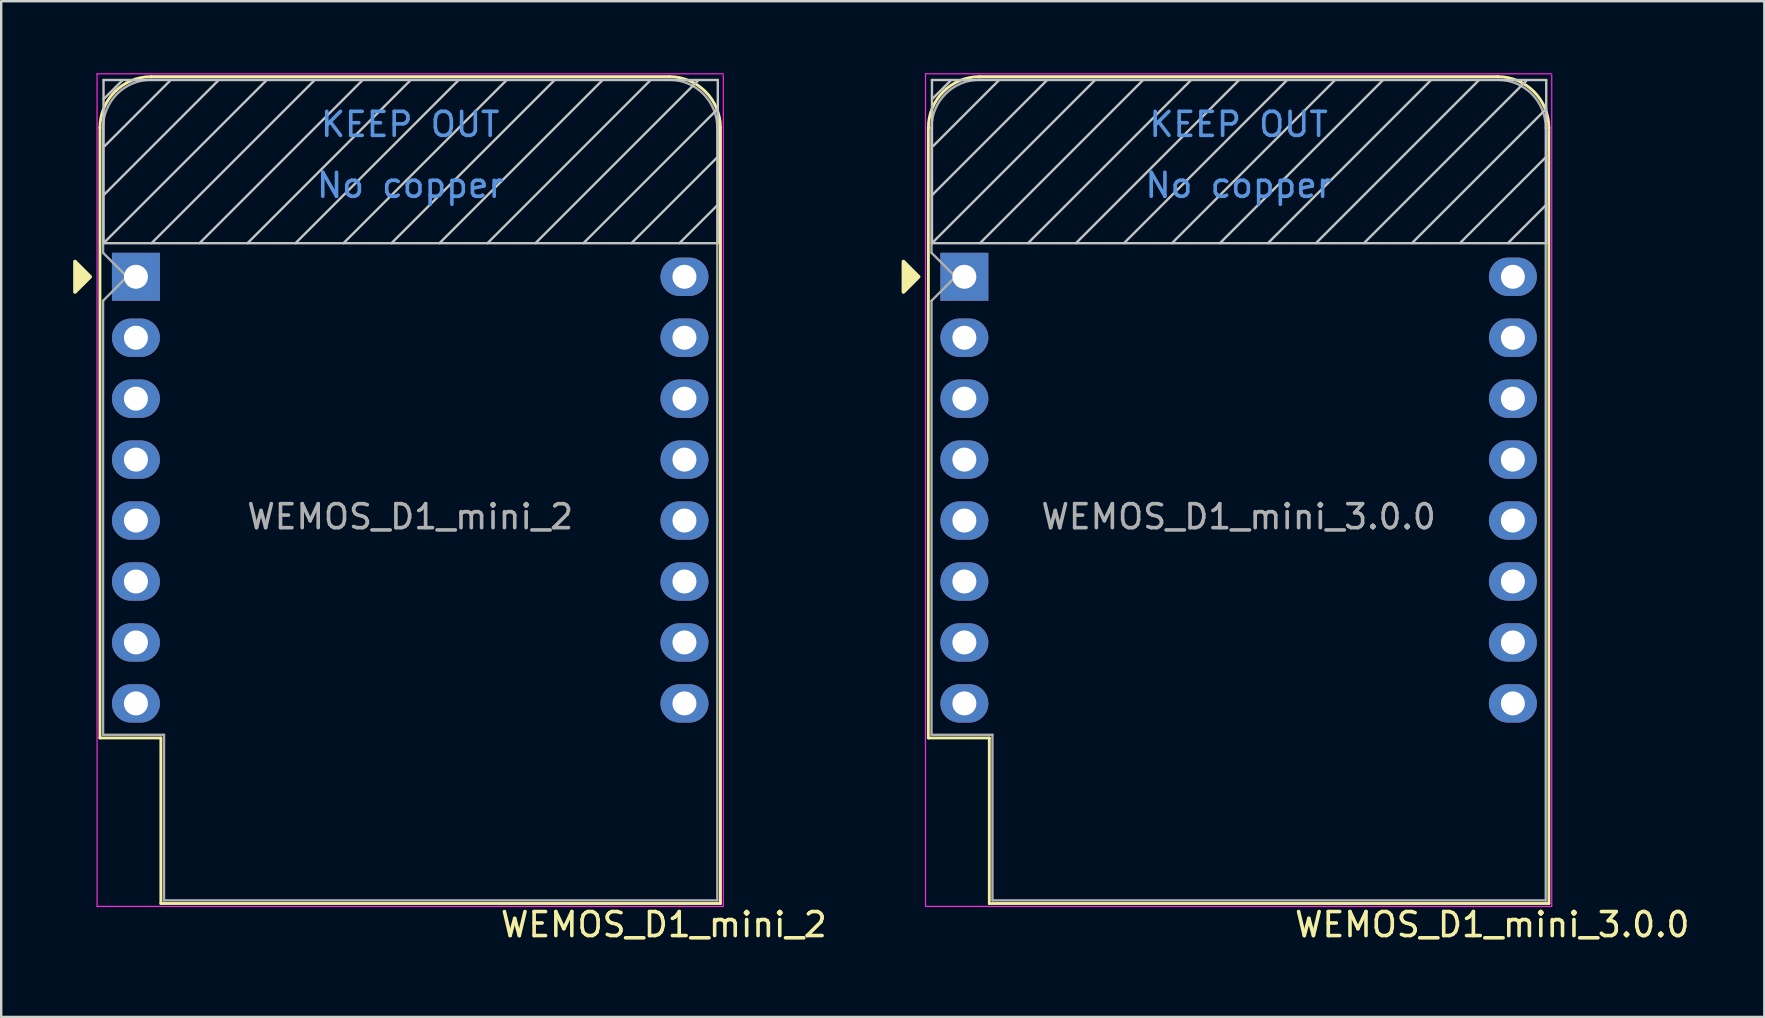
<source format=kicad_pcb>
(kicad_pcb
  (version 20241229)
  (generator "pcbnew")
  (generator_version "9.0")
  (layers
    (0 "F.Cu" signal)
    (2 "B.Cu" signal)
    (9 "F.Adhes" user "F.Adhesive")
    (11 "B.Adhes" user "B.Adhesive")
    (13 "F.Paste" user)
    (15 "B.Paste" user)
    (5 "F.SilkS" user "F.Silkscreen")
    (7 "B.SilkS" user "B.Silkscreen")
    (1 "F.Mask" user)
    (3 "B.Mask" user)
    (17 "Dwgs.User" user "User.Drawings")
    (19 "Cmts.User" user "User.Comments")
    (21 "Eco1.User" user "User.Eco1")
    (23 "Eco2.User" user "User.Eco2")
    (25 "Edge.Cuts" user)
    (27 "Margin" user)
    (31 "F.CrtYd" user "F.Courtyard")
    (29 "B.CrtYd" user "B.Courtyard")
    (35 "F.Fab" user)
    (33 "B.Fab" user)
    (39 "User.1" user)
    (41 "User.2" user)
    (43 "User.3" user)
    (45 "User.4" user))
  (footprint "WEMOS_D1_mini_3.0.0"
    (layer "F.Cu")
    (at 37.141 8.485)
    (property "Reference" "WEMOS_D1_mini_3.0.0" (at 22 27 0) (layer "F.SilkS") (effects (font (size 1 1) (thickness 0.15))))
    (attr through_hole)
    (fp_line (start -1.5 19.22) (end -1.5 -6.21) (stroke (width 0.12) (type solid)) (layer "F.SilkS"))
    (fp_line (start -1.5 19.22) (end 1.04 19.22) (stroke (width 0.12) (type solid)) (layer "F.SilkS"))
    (fp_line (start 1.04 19.22) (end 1.04 26.12) (stroke (width 0.12) (type solid)) (layer "F.SilkS"))
    (fp_line (start 1.04 26.12) (end 24.36 26.12) (stroke (width 0.12) (type solid)) (layer "F.SilkS"))
    (fp_line (start 22.24 -8.34) (end 0.63 -8.34) (stroke (width 0.12) (type solid)) (layer "F.SilkS"))
    (fp_line (start 24.36 26.12) (end 24.36 -6.21) (stroke (width 0.12) (type solid)) (layer "F.SilkS"))
    (fp_arc (start -1.5 -6.21) (mid -0.876137 -7.716137) (end 0.63 -8.34) (stroke (width 0.12) (type solid)) (layer "F.SilkS"))
    (fp_arc (start 22.23 -8.34) (mid 23.736137 -7.716137) (end 24.36 -6.21) (stroke (width 0.12) (type solid)) (layer "F.SilkS"))
    (fp_poly (pts (xy -2.54 -0.635) (xy -2.54 0.635) (xy -1.905 0)) (stroke (width 0.15) (type solid)) (fill yes) (layer "F.SilkS"))
    (fp_line (start -1.35 -8.2) (end -1.35 -1.4) (stroke (width 0.1) (type solid)) (layer "Dwgs.User"))
    (fp_line (start -1.35 -7.4) (end -0.55 -8.2) (stroke (width 0.1) (type solid)) (layer "Dwgs.User"))
    (fp_line (start -1.35 -3.4) (end 3.45 -8.2) (stroke (width 0.1) (type solid)) (layer "Dwgs.User"))
    (fp_line (start -1.35 -1.4) (end 5.45 -8.2) (stroke (width 0.1) (type solid)) (layer "Dwgs.User"))
    (fp_line (start -1.35 -1.4) (end 24.25 -1.4) (stroke (width 0.1) (type solid)) (layer "Dwgs.User"))
    (fp_line (start -1.3 -5.45) (end 1.45 -8.2) (stroke (width 0.1) (type solid)) (layer "Dwgs.User"))
    (fp_line (start 0.65 -1.4) (end 7.45 -8.2) (stroke (width 0.1) (type solid)) (layer "Dwgs.User"))
    (fp_line (start 2.65 -1.4) (end 9.45 -8.2) (stroke (width 0.1) (type solid)) (layer "Dwgs.User"))
    (fp_line (start 4.65 -1.4) (end 11.45 -8.2) (stroke (width 0.1) (type solid)) (layer "Dwgs.User"))
    (fp_line (start 6.65 -1.4) (end 13.45 -8.2) (stroke (width 0.1) (type solid)) (layer "Dwgs.User"))
    (fp_line (start 8.65 -1.4) (end 15.45 -8.2) (stroke (width 0.1) (type solid)) (layer "Dwgs.User"))
    (fp_line (start 10.65 -1.4) (end 17.45 -8.2) (stroke (width 0.1) (type solid)) (layer "Dwgs.User"))
    (fp_line (start 12.65 -1.4) (end 19.45 -8.2) (stroke (width 0.1) (type solid)) (layer "Dwgs.User"))
    (fp_line (start 14.65 -1.4) (end 21.45 -8.2) (stroke (width 0.1) (type solid)) (layer "Dwgs.User"))
    (fp_line (start 16.65 -1.4) (end 23.45 -8.2) (stroke (width 0.1) (type solid)) (layer "Dwgs.User"))
    (fp_line (start 18.65 -1.4) (end 24.25 -7) (stroke (width 0.1) (type solid)) (layer "Dwgs.User"))
    (fp_line (start 20.65 -1.4) (end 24.25 -5) (stroke (width 0.1) (type solid)) (layer "Dwgs.User"))
    (fp_line (start 22.65 -1.4) (end 24.25 -3) (stroke (width 0.1) (type solid)) (layer "Dwgs.User"))
    (fp_line (start 24.25 -8.2) (end -1.35 -8.2) (stroke (width 0.1) (type solid)) (layer "Dwgs.User"))
    (fp_line (start 24.25 -1.4) (end 24.25 -8.2) (stroke (width 0.1) (type solid)) (layer "Dwgs.User"))
    (fp_line (start -1.62 -8.46) (end 24.48 -8.46) (stroke (width 0.05) (type solid)) (layer "F.CrtYd"))
    (fp_line (start -1.62 26.24) (end -1.62 -8.46) (stroke (width 0.05) (type solid)) (layer "F.CrtYd"))
    (fp_line (start 24.48 -8.41) (end 24.48 26.24) (stroke (width 0.05) (type solid)) (layer "F.CrtYd"))
    (fp_line (start 24.48 26.24) (end -1.62 26.24) (stroke (width 0.05) (type solid)) (layer "F.CrtYd"))
    (fp_line (start -1.37 -6.21) (end -1.37 -1) (stroke (width 0.1) (type solid)) (layer "F.Fab"))
    (fp_line (start -1.37 1) (end -1.37 19.09) (stroke (width 0.1) (type solid)) (layer "F.Fab"))
    (fp_line (start -1.37 1) (end -0.37 0) (stroke (width 0.1) (type solid)) (layer "F.Fab"))
    (fp_line (start -1.37 19.09) (end 1.17 19.09) (stroke (width 0.1) (type solid)) (layer "F.Fab"))
    (fp_line (start -0.37 0) (end -1.37 -1) (stroke (width 0.1) (type solid)) (layer "F.Fab"))
    (fp_line (start 1.17 19.09) (end 1.17 25.99) (stroke (width 0.1) (type solid)) (layer "F.Fab"))
    (fp_line (start 1.17 25.99) (end 24.23 25.99) (stroke (width 0.1) (type solid)) (layer "F.Fab"))
    (fp_line (start 22.23 -8.21) (end 0.63 -8.21) (stroke (width 0.1) (type solid)) (layer "F.Fab"))
    (fp_line (start 24.23 25.99) (end 24.23 -6.21) (stroke (width 0.1) (type solid)) (layer "F.Fab"))
    (fp_arc (start -1.37 -6.21) (mid -0.784214 -7.624214) (end 0.63 -8.21) (stroke (width 0.1) (type solid)) (layer "F.Fab"))
    (fp_arc (start 22.25 -8.21) (mid 23.658356 -7.610071) (end 24.23 -6.19) (stroke (width 0.1) (type solid)) (layer "F.Fab"))
    (fp_text user "KEEP OUT" (at 11.43 -6.35 0) (layer "Cmts.User") (effects (font (size 1 1) (thickness 0.15))))
    (fp_text user "No copper" (at 11.43 -3.81 0) (layer "Cmts.User") (effects (font (size 1 1) (thickness 0.15))))
    (fp_text user "${REFERENCE}" (at 11.43 10 0) (layer "F.Fab") (effects (font (size 1 1) (thickness 0.15))))
    (pad "1" thru_hole rect (at 0 0) (size 2 2) (drill 1) (layers "*.Cu" "*.Mask"))
    (pad "2" thru_hole oval (at 0 2.54) (size 2 1.6) (drill 1) (layers "*.Cu" "*.Mask"))
    (pad "3" thru_hole oval (at 0 5.08) (size 2 1.6) (drill 1) (layers "*.Cu" "*.Mask"))
    (pad "4" thru_hole oval (at 0 7.62) (size 2 1.6) (drill 1) (layers "*.Cu" "*.Mask"))
    (pad "5" thru_hole oval (at 0 10.16) (size 2 1.6) (drill 1) (layers "*.Cu" "*.Mask"))
    (pad "6" thru_hole oval (at 0 12.7) (size 2 1.6) (drill 1) (layers "*.Cu" "*.Mask"))
    (pad "7" thru_hole oval (at 0 15.24) (size 2 1.6) (drill 1) (layers "*.Cu" "*.Mask"))
    (pad "8" thru_hole oval (at 0 17.78) (size 2 1.6) (drill 1) (layers "*.Cu" "*.Mask"))
    (pad "9" thru_hole oval (at 22.86 17.78) (size 2 1.6) (drill 1) (layers "*.Cu" "*.Mask"))
    (pad "10" thru_hole oval (at 22.86 15.24) (size 2 1.6) (drill 1) (layers "*.Cu" "*.Mask"))
    (pad "11" thru_hole oval (at 22.86 12.7) (size 2 1.6) (drill 1) (layers "*.Cu" "*.Mask"))
    (pad "12" thru_hole oval (at 22.86 10.16) (size 2 1.6) (drill 1) (layers "*.Cu" "*.Mask"))
    (pad "13" thru_hole oval (at 22.86 7.62) (size 2 1.6) (drill 1) (layers "*.Cu" "*.Mask"))
    (pad "14" thru_hole oval (at 22.86 5.08) (size 2 1.6) (drill 1) (layers "*.Cu" "*.Mask"))
    (pad "15" thru_hole oval (at 22.86 2.54) (size 2 1.6) (drill 1) (layers "*.Cu" "*.Mask"))
    (pad "16" thru_hole oval (at 22.86 0) (size 2 1.6) (drill 1) (layers "*.Cu" "*.Mask")))
  (footprint "WEMOS_D1_mini_2"
    (layer "F.Cu")
    (at 2.615 8.485)
    (property "Reference" "WEMOS_D1_mini_2" (at 22 27 0) (layer "F.SilkS") (effects (font (size 1 1) (thickness 0.15))))
    (attr through_hole)
    (fp_line (start -1.5 19.22) (end -1.5 -6.21) (stroke (width 0.12) (type solid)) (layer "F.SilkS"))
    (fp_line (start -1.5 19.22) (end 1.04 19.22) (stroke (width 0.12) (type solid)) (layer "F.SilkS"))
    (fp_line (start 1.04 19.22) (end 1.04 26.12) (stroke (width 0.12) (type solid)) (layer "F.SilkS"))
    (fp_line (start 1.04 26.12) (end 24.36 26.12) (stroke (width 0.12) (type solid)) (layer "F.SilkS"))
    (fp_line (start 22.24 -8.34) (end 0.63 -8.34) (stroke (width 0.12) (type solid)) (layer "F.SilkS"))
    (fp_line (start 24.36 26.12) (end 24.36 -6.21) (stroke (width 0.12) (type solid)) (layer "F.SilkS"))
    (fp_arc (start -1.5 -6.21) (mid -0.876137 -7.716137) (end 0.63 -8.34) (stroke (width 0.12) (type solid)) (layer "F.SilkS"))
    (fp_arc (start 22.23 -8.34) (mid 23.736137 -7.716137) (end 24.36 -6.21) (stroke (width 0.12) (type solid)) (layer "F.SilkS"))
    (fp_poly (pts (xy -2.54 -0.635) (xy -2.54 0.635) (xy -1.905 0)) (stroke (width 0.15) (type solid)) (fill yes) (layer "F.SilkS"))
    (fp_line (start -1.35 -8.2) (end -1.35 -1.4) (stroke (width 0.1) (type solid)) (layer "Dwgs.User"))
    (fp_line (start -1.35 -7.4) (end -0.55 -8.2) (stroke (width 0.1) (type solid)) (layer "Dwgs.User"))
    (fp_line (start -1.35 -3.4) (end 3.45 -8.2) (stroke (width 0.1) (type solid)) (layer "Dwgs.User"))
    (fp_line (start -1.35 -1.4) (end 5.45 -8.2) (stroke (width 0.1) (type solid)) (layer "Dwgs.User"))
    (fp_line (start -1.35 -1.4) (end 24.25 -1.4) (stroke (width 0.1) (type solid)) (layer "Dwgs.User"))
    (fp_line (start -1.3 -5.45) (end 1.45 -8.2) (stroke (width 0.1) (type solid)) (layer "Dwgs.User"))
    (fp_line (start 0.65 -1.4) (end 7.45 -8.2) (stroke (width 0.1) (type solid)) (layer "Dwgs.User"))
    (fp_line (start 2.65 -1.4) (end 9.45 -8.2) (stroke (width 0.1) (type solid)) (layer "Dwgs.User"))
    (fp_line (start 4.65 -1.4) (end 11.45 -8.2) (stroke (width 0.1) (type solid)) (layer "Dwgs.User"))
    (fp_line (start 6.65 -1.4) (end 13.45 -8.2) (stroke (width 0.1) (type solid)) (layer "Dwgs.User"))
    (fp_line (start 8.65 -1.4) (end 15.45 -8.2) (stroke (width 0.1) (type solid)) (layer "Dwgs.User"))
    (fp_line (start 10.65 -1.4) (end 17.45 -8.2) (stroke (width 0.1) (type solid)) (layer "Dwgs.User"))
    (fp_line (start 12.65 -1.4) (end 19.45 -8.2) (stroke (width 0.1) (type solid)) (layer "Dwgs.User"))
    (fp_line (start 14.65 -1.4) (end 21.45 -8.2) (stroke (width 0.1) (type solid)) (layer "Dwgs.User"))
    (fp_line (start 16.65 -1.4) (end 23.45 -8.2) (stroke (width 0.1) (type solid)) (layer "Dwgs.User"))
    (fp_line (start 18.65 -1.4) (end 24.25 -7) (stroke (width 0.1) (type solid)) (layer "Dwgs.User"))
    (fp_line (start 20.65 -1.4) (end 24.25 -5) (stroke (width 0.1) (type solid)) (layer "Dwgs.User"))
    (fp_line (start 22.65 -1.4) (end 24.25 -3) (stroke (width 0.1) (type solid)) (layer "Dwgs.User"))
    (fp_line (start 24.25 -8.2) (end -1.35 -8.2) (stroke (width 0.1) (type solid)) (layer "Dwgs.User"))
    (fp_line (start 24.25 -1.4) (end 24.25 -8.2) (stroke (width 0.1) (type solid)) (layer "Dwgs.User"))
    (fp_line (start -1.62 -8.46) (end 24.48 -8.46) (stroke (width 0.05) (type solid)) (layer "F.CrtYd"))
    (fp_line (start -1.62 26.24) (end -1.62 -8.46) (stroke (width 0.05) (type solid)) (layer "F.CrtYd"))
    (fp_line (start 24.48 -8.41) (end 24.48 26.24) (stroke (width 0.05) (type solid)) (layer "F.CrtYd"))
    (fp_line (start 24.48 26.24) (end -1.62 26.24) (stroke (width 0.05) (type solid)) (layer "F.CrtYd"))
    (fp_line (start -1.37 -6.21) (end -1.37 -1) (stroke (width 0.1) (type solid)) (layer "F.Fab"))
    (fp_line (start -1.37 1) (end -1.37 19.09) (stroke (width 0.1) (type solid)) (layer "F.Fab"))
    (fp_line (start -1.37 1) (end -0.37 0) (stroke (width 0.1) (type solid)) (layer "F.Fab"))
    (fp_line (start -1.37 19.09) (end 1.17 19.09) (stroke (width 0.1) (type solid)) (layer "F.Fab"))
    (fp_line (start -0.37 0) (end -1.37 -1) (stroke (width 0.1) (type solid)) (layer "F.Fab"))
    (fp_line (start 1.17 19.09) (end 1.17 25.99) (stroke (width 0.1) (type solid)) (layer "F.Fab"))
    (fp_line (start 1.17 25.99) (end 24.23 25.99) (stroke (width 0.1) (type solid)) (layer "F.Fab"))
    (fp_line (start 22.23 -8.21) (end 0.63 -8.21) (stroke (width 0.1) (type solid)) (layer "F.Fab"))
    (fp_line (start 24.23 25.99) (end 24.23 -6.21) (stroke (width 0.1) (type solid)) (layer "F.Fab"))
    (fp_arc (start -1.37 -6.21) (mid -0.784214 -7.624214) (end 0.63 -8.21) (stroke (width 0.1) (type solid)) (layer "F.Fab"))
    (fp_arc (start 22.25 -8.21) (mid 23.658356 -7.610071) (end 24.23 -6.19) (stroke (width 0.1) (type solid)) (layer "F.Fab"))
    (fp_text user "No copper" (at 11.43 -3.81 0) (layer "Cmts.User") (effects (font (size 1 1) (thickness 0.15))))
    (fp_text user "KEEP OUT" (at 11.43 -6.35 0) (layer "Cmts.User") (effects (font (size 1 1) (thickness 0.15))))
    (fp_text user "${REFERENCE}" (at 11.43 10 0) (layer "F.Fab") (effects (font (size 1 1) (thickness 0.15))))
    (pad "1" thru_hole rect (at 0 0) (size 2 2) (drill 1) (layers "*.Cu" "*.Mask"))
    (pad "2" thru_hole oval (at 0 2.54) (size 2 1.6) (drill 1) (layers "*.Cu" "*.Mask"))
    (pad "3" thru_hole oval (at 0 5.08) (size 2 1.6) (drill 1) (layers "*.Cu" "*.Mask"))
    (pad "4" thru_hole oval (at 0 7.62) (size 2 1.6) (drill 1) (layers "*.Cu" "*.Mask"))
    (pad "5" thru_hole oval (at 0 10.16) (size 2 1.6) (drill 1) (layers "*.Cu" "*.Mask"))
    (pad "6" thru_hole oval (at 0 12.7) (size 2 1.6) (drill 1) (layers "*.Cu" "*.Mask"))
    (pad "7" thru_hole oval (at 0 15.24) (size 2 1.6) (drill 1) (layers "*.Cu" "*.Mask"))
    (pad "8" thru_hole oval (at 0 17.78) (size 2 1.6) (drill 1) (layers "*.Cu" "*.Mask"))
    (pad "9" thru_hole oval (at 22.86 17.78) (size 2 1.6) (drill 1) (layers "*.Cu" "*.Mask"))
    (pad "10" thru_hole oval (at 22.86 15.24) (size 2 1.6) (drill 1) (layers "*.Cu" "*.Mask"))
    (pad "11" thru_hole oval (at 22.86 12.7) (size 2 1.6) (drill 1) (layers "*.Cu" "*.Mask"))
    (pad "12" thru_hole oval (at 22.86 10.16) (size 2 1.6) (drill 1) (layers "*.Cu" "*.Mask"))
    (pad "13" thru_hole oval (at 22.86 7.62) (size 2 1.6) (drill 1) (layers "*.Cu" "*.Mask"))
    (pad "14" thru_hole oval (at 22.86 5.08) (size 2 1.6) (drill 1) (layers "*.Cu" "*.Mask"))
    (pad "15" thru_hole oval (at 22.86 2.54) (size 2 1.6) (drill 1) (layers "*.Cu" "*.Mask"))
    (pad "16" thru_hole oval (at 22.86 0) (size 2 1.6) (drill 1) (layers "*.Cu" "*.Mask")))
  (gr_rect
    (start -3 -3)
    (end 70.48 39.333)
    (stroke (width 0.1) (type default))
    (fill no)
    (layer "Edge.Cuts")))
</source>
